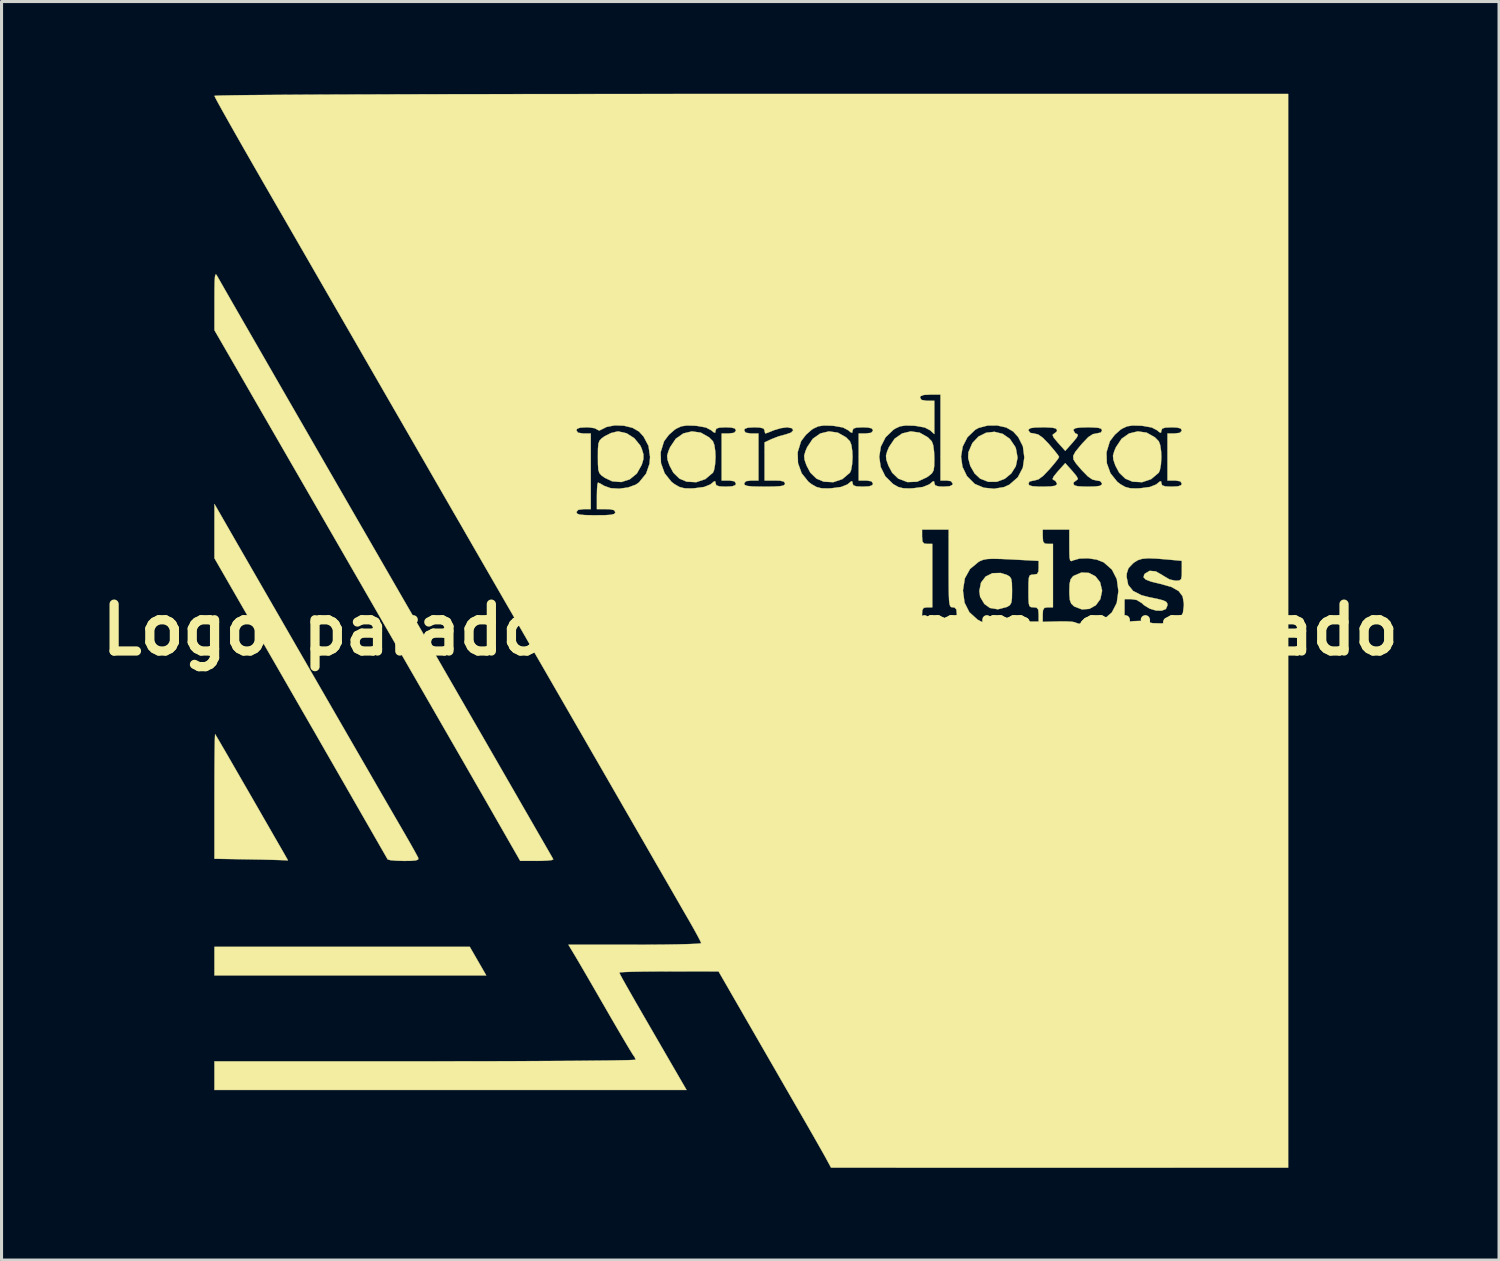
<source format=kicad_pcb>
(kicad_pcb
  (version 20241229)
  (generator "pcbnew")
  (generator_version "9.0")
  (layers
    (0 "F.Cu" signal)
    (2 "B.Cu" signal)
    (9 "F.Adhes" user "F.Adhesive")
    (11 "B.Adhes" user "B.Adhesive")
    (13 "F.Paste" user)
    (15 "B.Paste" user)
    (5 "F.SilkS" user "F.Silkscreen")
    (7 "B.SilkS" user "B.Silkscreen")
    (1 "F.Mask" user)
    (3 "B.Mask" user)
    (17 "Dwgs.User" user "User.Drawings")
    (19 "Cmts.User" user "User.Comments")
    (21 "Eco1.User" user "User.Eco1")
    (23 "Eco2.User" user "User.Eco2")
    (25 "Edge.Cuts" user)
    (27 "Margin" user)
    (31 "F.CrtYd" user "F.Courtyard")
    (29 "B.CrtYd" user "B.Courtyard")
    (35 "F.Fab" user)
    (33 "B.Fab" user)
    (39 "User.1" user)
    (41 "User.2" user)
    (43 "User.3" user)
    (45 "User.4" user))
  (footprint "Logo paradoxa 35x35 mm cuadrado"
    (layer "F.Cu")
    (at 21.343 17.426)
    (property "Reference" "Logo paradoxa 35x35 mm cuadrado" (at 0 0 0) (layer "F.SilkS") (effects (font (size 1.524 1.524) (thickness 0.3))))
    (attr through_hole)
    (fp_poly (pts (xy -8.584 11.237) (xy -17.421 11.237) (xy -17.421 10.306) (xy -9.121 10.306) (xy -8.584 11.237)) (stroke (width 0.01) (type solid)) (fill yes) (layer "F.SilkS"))
    (fp_poly (pts (xy 8.203 -6.372) (xy 8.436 -6.211) (xy 8.613 -5.951) (xy 8.637 -5.892) (xy 8.69 -5.595) (xy 8.633 -5.319) (xy 8.487 -5.085) (xy 8.275 -4.91) (xy 8.018 -4.813) (xy 7.738 -4.811) (xy 7.474 -4.914) (xy 7.292 -5.085) (xy 7.154 -5.327) (xy 7.084 -5.586) (xy 7.091 -5.771) (xy 7.221 -6.072) (xy 7.422 -6.285) (xy 7.67 -6.408) (xy 7.939 -6.437) (xy 8.203 -6.372)) (stroke (width 0.01) (type solid)) (fill yes) (layer "F.SilkS"))
    (fp_poly (pts (xy 8.342 -1.785) (xy 8.433 -1.732) (xy 8.483 -1.657) (xy 8.506 -1.522) (xy 8.511 -1.294) (xy 8.511 -1.263) (xy 8.507 -1.023) (xy 8.487 -0.881) (xy 8.439 -0.8) (xy 8.353 -0.747) (xy 8.342 -0.742) (xy 8.051 -0.666) (xy 7.792 -0.71) (xy 7.61 -0.841) (xy 7.473 -1.073) (xy 7.447 -1.263) (xy 7.502 -1.535) (xy 7.652 -1.732) (xy 7.873 -1.841) (xy 8.14 -1.848) (xy 8.342 -1.785)) (stroke (width 0.01) (type solid)) (fill yes) (layer "F.SilkS"))
    (fp_poly (pts (xy 11.009 -1.85) (xy 11.221 -1.74) (xy 11.373 -1.547) (xy 11.436 -1.285) (xy 11.437 -1.263) (xy 11.381 -0.998) (xy 11.235 -0.798) (xy 11.026 -0.681) (xy 10.785 -0.662) (xy 10.538 -0.756) (xy 10.521 -0.768) (xy 10.434 -0.851) (xy 10.39 -0.969) (xy 10.374 -1.164) (xy 10.373 -1.263) (xy 10.381 -1.497) (xy 10.414 -1.639) (xy 10.483 -1.73) (xy 10.521 -1.758) (xy 10.766 -1.862) (xy 11.009 -1.85)) (stroke (width 0.01) (type solid)) (fill yes) (layer "F.SilkS"))
    (fp_poly (pts (xy -1.608 -6.41) (xy -1.339 -6.257) (xy -1.213 -6.128) (xy -1.168 -6.008) (xy -1.138 -5.802) (xy -1.13 -5.619) (xy -1.144 -5.381) (xy -1.178 -5.191) (xy -1.213 -5.109) (xy -1.461 -4.899) (xy -1.757 -4.799) (xy -2.068 -4.816) (xy -2.303 -4.915) (xy -2.501 -5.107) (xy -2.625 -5.34) (xy -2.69 -5.526) (xy -2.703 -5.66) (xy -2.662 -5.805) (xy -2.605 -5.939) (xy -2.422 -6.212) (xy -2.177 -6.384) (xy -1.896 -6.451) (xy -1.608 -6.41)) (stroke (width 0.01) (type solid)) (fill yes) (layer "F.SilkS"))
    (fp_poly (pts (xy 2.847 -6.41) (xy 3.116 -6.257) (xy 3.241 -6.128) (xy 3.287 -6.008) (xy 3.317 -5.802) (xy 3.325 -5.619) (xy 3.311 -5.381) (xy 3.277 -5.191) (xy 3.241 -5.109) (xy 2.994 -4.899) (xy 2.698 -4.799) (xy 2.387 -4.816) (xy 2.152 -4.915) (xy 1.954 -5.107) (xy 1.83 -5.34) (xy 1.765 -5.526) (xy 1.752 -5.66) (xy 1.793 -5.805) (xy 1.85 -5.939) (xy 2.033 -6.212) (xy 2.278 -6.384) (xy 2.559 -6.451) (xy 2.847 -6.41)) (stroke (width 0.01) (type solid)) (fill yes) (layer "F.SilkS"))
    (fp_poly (pts (xy 12.887 -6.41) (xy 13.156 -6.257) (xy 13.282 -6.128) (xy 13.327 -6.008) (xy 13.357 -5.802) (xy 13.365 -5.619) (xy 13.352 -5.381) (xy 13.317 -5.191) (xy 13.282 -5.109) (xy 13.034 -4.899) (xy 12.739 -4.799) (xy 12.427 -4.816) (xy 12.192 -4.915) (xy 11.994 -5.107) (xy 11.87 -5.34) (xy 11.806 -5.526) (xy 11.792 -5.66) (xy 11.833 -5.805) (xy 11.89 -5.939) (xy 12.073 -6.212) (xy 12.318 -6.384) (xy 12.599 -6.451) (xy 12.887 -6.41)) (stroke (width 0.01) (type solid)) (fill yes) (layer "F.SilkS"))
    (fp_poly (pts (xy 5.507 -6.41) (xy 5.775 -6.257) (xy 5.901 -6.128) (xy 5.947 -6.004) (xy 5.976 -5.788) (xy 5.984 -5.575) (xy 5.981 -5.334) (xy 5.961 -5.186) (xy 5.907 -5.089) (xy 5.803 -5.002) (xy 5.736 -4.956) (xy 5.426 -4.815) (xy 5.11 -4.802) (xy 4.812 -4.915) (xy 4.613 -5.107) (xy 4.49 -5.34) (xy 4.425 -5.526) (xy 4.412 -5.66) (xy 4.452 -5.805) (xy 4.509 -5.939) (xy 4.692 -6.212) (xy 4.938 -6.384) (xy 5.218 -6.451) (xy 5.507 -6.41)) (stroke (width 0.01) (type solid)) (fill yes) (layer "F.SilkS"))
    (fp_poly (pts (xy -4.02 -6.389) (xy -3.77 -6.228) (xy -3.58 -5.997) (xy -3.531 -5.892) (xy -3.474 -5.705) (xy -3.475 -5.548) (xy -3.529 -5.364) (xy -3.687 -5.082) (xy -3.918 -4.892) (xy -4.194 -4.804) (xy -4.489 -4.828) (xy -4.728 -4.94) (xy -4.84 -5.02) (xy -4.907 -5.098) (xy -4.941 -5.209) (xy -4.952 -5.387) (xy -4.954 -5.619) (xy -4.952 -5.882) (xy -4.938 -6.048) (xy -4.9 -6.152) (xy -4.827 -6.228) (xy -4.728 -6.297) (xy -4.526 -6.398) (xy -4.32 -6.448) (xy -4.289 -6.45) (xy -4.02 -6.389)) (stroke (width 0.01) (type solid)) (fill yes) (layer "F.SilkS"))
    (fp_poly (pts (xy -17.369 3.443) (xy -17.296 3.565) (xy -17.176 3.771) (xy -17.006 4.063) (xy -16.784 4.448) (xy -16.506 4.931) (xy -16.168 5.516) (xy -15.769 6.21) (xy -15.574 6.549) (xy -15.398 6.855) (xy -15.245 7.12) (xy -15.129 7.323) (xy -15.06 7.443) (xy -15.048 7.464) (xy -15.037 7.501) (xy -15.04 7.499) (xy -15.11 7.493) (xy -15.291 7.486) (xy -15.562 7.478) (xy -15.901 7.47) (xy -16.241 7.464) (xy -17.421 7.444) (xy -17.421 5.406) (xy -17.42 4.903) (xy -17.418 4.446) (xy -17.415 4.052) (xy -17.411 3.737) (xy -17.406 3.517) (xy -17.4 3.406) (xy -17.397 3.397) (xy -17.369 3.443)) (stroke (width 0.01) (type solid)) (fill yes) (layer "F.SilkS"))
    (fp_poly (pts (xy -17 -3.358) (xy -16.75 -2.923) (xy -16.456 -2.413) (xy -16.126 -1.84) (xy -15.765 -1.214) (xy -15.381 -0.549) (xy -14.981 0.145) (xy -14.572 0.855) (xy -14.159 1.57) (xy -13.751 2.278) (xy -13.353 2.967) (xy -12.973 3.626) (xy -12.617 4.242) (xy -12.292 4.804) (xy -12.006 5.3) (xy -11.764 5.718) (xy -11.573 6.047) (xy -11.441 6.275) (xy -11.424 6.304) (xy -11.229 6.64) (xy -11.057 6.94) (xy -10.919 7.185) (xy -10.828 7.352) (xy -10.794 7.418) (xy -10.798 7.468) (xy -10.872 7.497) (xy -11.039 7.511) (xy -11.259 7.514) (xy -11.503 7.507) (xy -11.69 7.491) (xy -11.785 7.468) (xy -11.79 7.464) (xy -11.853 7.352) (xy -11.974 7.142) (xy -12.141 6.851) (xy -12.346 6.494) (xy -12.578 6.09) (xy -12.828 5.655) (xy -13.086 5.205) (xy -13.343 4.758) (xy -13.589 4.33) (xy -13.814 3.939) (xy -14.008 3.601) (xy -14.162 3.332) (xy -14.267 3.151) (xy -14.282 3.125) (xy -14.396 2.927) (xy -14.567 2.631) (xy -14.785 2.252) (xy -15.041 1.807) (xy -15.325 1.313) (xy -15.629 0.786) (xy -15.942 0.243) (xy -16.033 0.083) (xy -17.421 -2.327) (xy -17.421 -3.208) (xy -17.42 -4.089) (xy -17 -3.358)) (stroke (width 0.01) (type solid)) (fill yes) (layer "F.SilkS"))
    (fp_poly (pts (xy -17.359 -11.545) (xy -17.333 -11.503) (xy -17.286 -11.419) (xy -17.176 -11.227) (xy -17.009 -10.934) (xy -16.787 -10.547) (xy -16.515 -10.074) (xy -16.197 -9.522) (xy -15.837 -8.897) (xy -15.44 -8.207) (xy -15.009 -7.458) (xy -14.548 -6.66) (xy -14.063 -5.817) (xy -13.556 -4.938) (xy -13.032 -4.029) (xy -12.494 -3.098) (xy -11.948 -2.152) (xy -11.398 -1.198) (xy -10.846 -0.243) (xy -10.571 0.233) (xy -10.31 0.684) (xy -10.018 1.191) (xy -9.7 1.742) (xy -9.365 2.323) (xy -9.018 2.925) (xy -8.666 3.534) (xy -8.317 4.14) (xy -7.977 4.73) (xy -7.653 5.292) (xy -7.352 5.816) (xy -7.08 6.288) (xy -6.844 6.698) (xy -6.651 7.032) (xy -6.508 7.281) (xy -6.422 7.431) (xy -6.404 7.464) (xy -6.451 7.486) (xy -6.603 7.503) (xy -6.831 7.512) (xy -6.928 7.513) (xy -7.48 7.512) (xy -8.289 6.1) (xy -8.46 5.801) (xy -8.692 5.396) (xy -8.98 4.896) (xy -9.318 4.308) (xy -9.701 3.644) (xy -10.123 2.911) (xy -10.578 2.121) (xy -11.062 1.282) (xy -11.568 0.403) (xy -12.092 -0.505) (xy -12.627 -1.434) (xy -13.169 -2.373) (xy -13.712 -3.314) (xy -14.25 -4.247) (xy -14.778 -5.162) (xy -14.927 -5.419) (xy -15.224 -5.934) (xy -15.556 -6.509) (xy -15.899 -7.103) (xy -16.23 -7.677) (xy -16.525 -8.189) (xy -16.615 -8.345) (xy -17.421 -9.741) (xy -17.42 -10.705) (xy -17.419 -11.078) (xy -17.414 -11.334) (xy -17.403 -11.486) (xy -17.385 -11.552) (xy -17.359 -11.545)) (stroke (width 0.01) (type solid)) (fill yes) (layer "F.SilkS"))
    (fp_poly (pts (xy 17.487 17.487) (xy 2.626 17.486) (xy 2.455 17.171) (xy 2.375 17.027) (xy 2.239 16.787) (xy 2.06 16.472) (xy 1.847 16.1) (xy 1.612 15.692) (xy 1.42 15.36) (xy 1.125 14.849) (xy 0.796 14.277) (xy 0.455 13.686) (xy 0.127 13.117) (xy -0.165 12.611) (xy -0.237 12.485) (xy -1.031 11.107) (xy -2.643 11.105) (xy -3.09 11.107) (xy -3.49 11.111) (xy -3.824 11.117) (xy -4.074 11.126) (xy -4.222 11.136) (xy -4.255 11.145) (xy -4.245 11.176) (xy -4.209 11.248) (xy -4.142 11.371) (xy -4.04 11.553) (xy -3.898 11.803) (xy -3.711 12.13) (xy -3.472 12.544) (xy -3.178 13.052) (xy -2.823 13.665) (xy -2.737 13.814) (xy -2.072 14.961) (xy -17.421 14.961) (xy -17.421 14.03) (xy -10.572 14.03) (xy -9.63 14.029) (xy -8.726 14.028) (xy -7.87 14.026) (xy -7.069 14.022) (xy -6.333 14.018) (xy -5.67 14.014) (xy -5.09 14.008) (xy -4.6 14.003) (xy -4.21 13.996) (xy -3.929 13.99) (xy -3.765 13.982) (xy -3.724 13.977) (xy -3.764 13.884) (xy -3.784 13.86) (xy -3.833 13.787) (xy -3.938 13.615) (xy -4.09 13.36) (xy -4.279 13.039) (xy -4.496 12.667) (xy -4.688 12.334) (xy -4.93 11.915) (xy -5.16 11.517) (xy -5.367 11.16) (xy -5.54 10.864) (xy -5.667 10.648) (xy -5.722 10.556) (xy -5.912 10.24) (xy -3.754 10.24) (xy -3.233 10.238) (xy -2.758 10.234) (xy -2.343 10.227) (xy -2.005 10.218) (xy -1.759 10.208) (xy -1.621 10.196) (xy -1.596 10.188) (xy -1.627 10.114) (xy -1.713 9.949) (xy -1.841 9.716) (xy -1.998 9.439) (xy -2.017 9.407) (xy -2.13 9.212) (xy -2.301 8.915) (xy -2.523 8.529) (xy -2.789 8.068) (xy -3.091 7.546) (xy -3.42 6.974) (xy -3.77 6.368) (xy -4.132 5.74) (xy -4.355 5.353) (xy -4.749 4.669) (xy -5.158 3.961) (xy -5.569 3.247) (xy -5.973 2.547) (xy -6.359 1.879) (xy -6.714 1.263) (xy -7.028 0.72) (xy -7.289 0.267) (xy -7.347 0.166) (xy -7.573 -0.226) (xy -7.857 -0.717) (xy -8.188 -1.291) (xy -8.558 -1.932) (xy -8.957 -2.623) (xy -9.323 -3.258) (xy 5.585 -3.258) (xy 5.585 -3.025) (xy 5.598 -2.868) (xy 5.654 -2.804) (xy 5.752 -2.793) (xy 5.918 -2.793) (xy 5.918 -0.731) (xy 5.752 -0.731) (xy 5.639 -0.714) (xy 5.593 -0.636) (xy 5.585 -0.499) (xy 5.585 -0.266) (xy 6.716 -0.266) (xy 6.716 -0.499) (xy 6.701 -0.659) (xy 6.643 -0.724) (xy 6.583 -0.731) (xy 6.537 -0.737) (xy 6.502 -0.765) (xy 6.479 -0.833) (xy 6.463 -0.959) (xy 6.455 -1.16) (xy 6.453 -1.27) (xy 6.915 -1.27) (xy 6.966 -0.883) (xy 7.121 -0.574) (xy 7.384 -0.335) (xy 7.397 -0.327) (xy 7.526 -0.258) (xy 7.663 -0.221) (xy 7.847 -0.212) (xy 8.121 -0.226) (xy 8.145 -0.228) (xy 8.456 -0.246) (xy 8.769 -0.26) (xy 9.018 -0.266) (xy 9.026 -0.266) (xy 9.375 -0.266) (xy 9.375 -0.499) (xy 9.363 -0.656) (xy 9.307 -0.721) (xy 9.209 -0.731) (xy 9.127 -0.737) (xy 9.077 -0.772) (xy 9.053 -0.864) (xy 9.044 -1.039) (xy 9.043 -1.263) (xy 9.045 -1.527) (xy 9.056 -1.685) (xy 9.084 -1.764) (xy 9.139 -1.792) (xy 9.209 -1.795) (xy 9.323 -1.814) (xy 9.369 -1.895) (xy 9.375 -2.018) (xy 9.375 -2.241) (xy 8.505 -2.287) (xy 8.141 -2.304) (xy 7.882 -2.309) (xy 7.703 -2.301) (xy 7.575 -2.277) (xy 7.472 -2.236) (xy 7.425 -2.21) (xy 7.145 -1.978) (xy 6.976 -1.673) (xy 6.916 -1.293) (xy 6.915 -1.27) (xy 6.453 -1.27) (xy 6.451 -1.455) (xy 6.45 -1.859) (xy 6.45 -1.995) (xy 6.45 -3.258) (xy 9.508 -3.258) (xy 9.508 -3.025) (xy 9.521 -2.868) (xy 9.577 -2.804) (xy 9.675 -2.793) (xy 9.841 -2.793) (xy 9.841 -0.731) (xy 9.675 -0.731) (xy 9.563 -0.714) (xy 9.517 -0.637) (xy 9.508 -0.495) (xy 9.508 -0.259) (xy 10.008 -0.272) (xy 10.254 -0.273) (xy 10.446 -0.264) (xy 10.546 -0.246) (xy 10.551 -0.242) (xy 10.667 -0.201) (xy 10.864 -0.194) (xy 11.097 -0.217) (xy 11.321 -0.265) (xy 11.487 -0.332) (xy 11.755 -0.564) (xy 11.914 -0.871) (xy 11.932 -0.997) (xy 12.168 -0.997) (xy 12.168 -0.249) (xy 12.451 -0.281) (xy 12.661 -0.289) (xy 12.834 -0.27) (xy 12.866 -0.261) (xy 13.085 -0.215) (xy 13.36 -0.208) (xy 13.63 -0.237) (xy 13.826 -0.297) (xy 13.982 -0.405) (xy 14.066 -0.55) (xy 14.095 -0.773) (xy 14.096 -0.858) (xy 14.057 -1.087) (xy 13.928 -1.26) (xy 13.696 -1.391) (xy 13.347 -1.491) (xy 13.333 -1.493) (xy 13.036 -1.565) (xy 12.858 -1.633) (xy 12.786 -1.707) (xy 12.808 -1.795) (xy 12.831 -1.826) (xy 12.984 -1.917) (xy 13.183 -1.9) (xy 13.402 -1.776) (xy 13.419 -1.762) (xy 13.634 -1.636) (xy 13.823 -1.596) (xy 13.947 -1.603) (xy 14.008 -1.647) (xy 14.028 -1.764) (xy 14.03 -1.919) (xy 14.03 -2.242) (xy 13.581 -2.284) (xy 13.208 -2.315) (xy 12.94 -2.325) (xy 12.748 -2.309) (xy 12.606 -2.266) (xy 12.485 -2.192) (xy 12.439 -2.155) (xy 12.295 -2.002) (xy 12.24 -1.831) (xy 12.235 -1.72) (xy 12.287 -1.46) (xy 12.446 -1.264) (xy 12.72 -1.124) (xy 12.955 -1.063) (xy 13.241 -1.004) (xy 13.42 -0.958) (xy 13.517 -0.914) (xy 13.557 -0.861) (xy 13.564 -0.795) (xy 13.512 -0.676) (xy 13.377 -0.621) (xy 13.191 -0.626) (xy 12.987 -0.688) (xy 12.797 -0.804) (xy 12.728 -0.87) (xy 12.56 -0.971) (xy 12.39 -0.997) (xy 12.168 -0.997) (xy 11.932 -0.997) (xy 11.968 -1.256) (xy 11.968 -1.263) (xy 11.916 -1.65) (xy 11.758 -1.958) (xy 11.493 -2.191) (xy 11.487 -2.195) (xy 11.261 -2.283) (xy 10.982 -2.325) (xy 10.707 -2.317) (xy 10.501 -2.258) (xy 10.438 -2.232) (xy 10.4 -2.254) (xy 10.38 -2.347) (xy 10.374 -2.533) (xy 10.373 -2.724) (xy 10.373 -3.258) (xy 9.508 -3.258) (xy 6.45 -3.258) (xy 5.585 -3.258) (xy -9.323 -3.258) (xy -9.375 -3.349) (xy -9.805 -4.093) (xy -10.235 -4.839) (xy -10.657 -5.572) (xy -10.704 -5.652) (xy -11.183 -6.483) (xy -5.652 -6.483) (xy -5.601 -6.409) (xy -5.44 -6.383) (xy -5.419 -6.383) (xy -5.186 -6.383) (xy -5.186 -3.923) (xy -5.419 -3.923) (xy -5.591 -3.901) (xy -5.651 -3.832) (xy -5.652 -3.823) (xy -5.629 -3.776) (xy -5.547 -3.746) (xy -5.381 -3.73) (xy -5.112 -3.724) (xy -5.02 -3.724) (xy -4.719 -3.727) (xy -4.528 -3.74) (xy -4.426 -3.766) (xy -4.39 -3.809) (xy -4.388 -3.823) (xy -4.428 -3.889) (xy -4.561 -3.919) (xy -4.688 -3.923) (xy -4.987 -3.923) (xy -4.987 -4.355) (xy -4.982 -4.575) (xy -4.969 -4.731) (xy -4.951 -4.787) (xy -4.876 -4.755) (xy -4.751 -4.68) (xy -4.537 -4.604) (xy -4.26 -4.588) (xy -3.971 -4.628) (xy -3.722 -4.719) (xy -3.618 -4.792) (xy -3.387 -5.076) (xy -3.275 -5.401) (xy -3.258 -5.619) (xy -3.279 -5.771) (xy -2.915 -5.771) (xy -2.903 -5.417) (xy -2.784 -5.088) (xy -2.564 -4.813) (xy -2.46 -4.733) (xy -2.302 -4.643) (xy -2.14 -4.601) (xy -1.922 -4.596) (xy -1.816 -4.602) (xy -1.5 -4.644) (xy -1.299 -4.725) (xy -1.267 -4.751) (xy -1.169 -4.83) (xy -1.134 -4.817) (xy -1.13 -4.764) (xy -1.103 -4.697) (xy -1.001 -4.663) (xy -0.798 -4.654) (xy -0.589 -4.665) (xy -0.487 -4.702) (xy -0.465 -4.754) (xy -0.516 -4.828) (xy -0.677 -4.854) (xy -0.698 -4.854) (xy -0.931 -4.854) (xy -0.931 -6.383) (xy -0.698 -6.383) (xy -0.526 -6.405) (xy -0.466 -6.474) (xy -0.465 -6.483) (xy -0.199 -6.483) (xy -0.149 -6.409) (xy 0.012 -6.383) (xy 0.033 -6.383) (xy 0.266 -6.383) (xy 0.266 -4.854) (xy 0.033 -4.854) (xy -0.139 -4.832) (xy -0.199 -4.763) (xy -0.199 -4.754) (xy -0.178 -4.708) (xy -0.097 -4.678) (xy 0.064 -4.661) (xy 0.327 -4.655) (xy 0.465 -4.654) (xy 0.776 -4.658) (xy 0.975 -4.67) (xy 1.085 -4.694) (xy 1.127 -4.733) (xy 1.13 -4.754) (xy 1.095 -4.817) (xy 0.972 -4.848) (xy 0.798 -4.854) (xy 0.465 -4.854) (xy 0.465 -5.771) (xy 1.54 -5.771) (xy 1.552 -5.417) (xy 1.671 -5.088) (xy 1.891 -4.813) (xy 1.995 -4.733) (xy 2.153 -4.643) (xy 2.315 -4.601) (xy 2.533 -4.596) (xy 2.639 -4.602) (xy 2.955 -4.644) (xy 3.156 -4.725) (xy 3.188 -4.751) (xy 3.286 -4.83) (xy 3.321 -4.817) (xy 3.325 -4.764) (xy 3.352 -4.697) (xy 3.454 -4.663) (xy 3.657 -4.654) (xy 3.866 -4.665) (xy 3.968 -4.702) (xy 3.99 -4.754) (xy 3.939 -4.828) (xy 3.778 -4.854) (xy 3.757 -4.854) (xy 3.524 -4.854) (xy 3.524 -5.626) (xy 4.192 -5.626) (xy 4.24 -5.294) (xy 4.39 -4.99) (xy 4.641 -4.742) (xy 4.654 -4.733) (xy 4.813 -4.643) (xy 4.974 -4.601) (xy 5.193 -4.596) (xy 5.299 -4.602) (xy 5.614 -4.644) (xy 5.815 -4.725) (xy 5.848 -4.751) (xy 5.945 -4.83) (xy 5.981 -4.817) (xy 5.984 -4.764) (xy 6.015 -4.694) (xy 6.125 -4.661) (xy 6.284 -4.654) (xy 6.481 -4.668) (xy 6.571 -4.712) (xy 6.583 -4.754) (xy 6.523 -4.833) (xy 6.383 -4.854) (xy 6.184 -4.854) (xy 6.184 -5.631) (xy 6.852 -5.631) (xy 6.898 -5.3) (xy 7.043 -4.998) (xy 7.288 -4.752) (xy 7.307 -4.739) (xy 7.593 -4.619) (xy 7.925 -4.586) (xy 8.251 -4.64) (xy 8.428 -4.721) (xy 8.698 -4.958) (xy 8.861 -5.27) (xy 8.91 -5.605) (xy 8.863 -5.967) (xy 8.711 -6.267) (xy 8.548 -6.447) (xy 8.486 -6.483) (xy 9.043 -6.483) (xy 9.102 -6.403) (xy 9.226 -6.382) (xy 9.358 -6.351) (xy 9.508 -6.246) (xy 9.7 -6.05) (xy 9.724 -6.021) (xy 9.879 -5.839) (xy 9.992 -5.697) (xy 10.04 -5.621) (xy 10.04 -5.619) (xy 10 -5.551) (xy 9.892 -5.413) (xy 9.74 -5.234) (xy 9.724 -5.216) (xy 9.526 -5.008) (xy 9.374 -4.894) (xy 9.24 -4.855) (xy 9.226 -4.855) (xy 9.08 -4.822) (xy 9.043 -4.754) (xy 9.07 -4.7) (xy 9.169 -4.669) (xy 9.363 -4.656) (xy 9.508 -4.654) (xy 9.764 -4.661) (xy 9.911 -4.683) (xy 9.97 -4.727) (xy 9.974 -4.749) (xy 9.919 -4.844) (xy 9.869 -4.866) (xy 9.827 -4.901) (xy 9.866 -4.988) (xy 9.994 -5.144) (xy 10.002 -5.153) (xy 10.24 -5.419) (xy 10.478 -5.153) (xy 10.61 -4.993) (xy 10.653 -4.904) (xy 10.614 -4.866) (xy 10.611 -4.866) (xy 10.519 -4.797) (xy 10.506 -4.749) (xy 10.538 -4.697) (xy 10.648 -4.667) (xy 10.86 -4.655) (xy 10.971 -4.654) (xy 11.224 -4.66) (xy 11.369 -4.681) (xy 11.43 -4.723) (xy 11.437 -4.754) (xy 11.378 -4.834) (xy 11.254 -4.855) (xy 11.122 -4.886) (xy 10.974 -4.989) (xy 10.783 -5.184) (xy 10.751 -5.22) (xy 10.592 -5.406) (xy 10.507 -5.538) (xy 10.499 -5.654) (xy 10.561 -5.771) (xy 11.581 -5.771) (xy 11.592 -5.417) (xy 11.711 -5.088) (xy 11.931 -4.813) (xy 12.035 -4.733) (xy 12.194 -4.643) (xy 12.355 -4.601) (xy 12.573 -4.596) (xy 12.68 -4.602) (xy 12.995 -4.644) (xy 13.196 -4.725) (xy 13.228 -4.751) (xy 13.326 -4.83) (xy 13.361 -4.817) (xy 13.365 -4.764) (xy 13.392 -4.697) (xy 13.494 -4.663) (xy 13.697 -4.654) (xy 13.906 -4.665) (xy 14.009 -4.702) (xy 14.03 -4.754) (xy 13.979 -4.828) (xy 13.818 -4.854) (xy 13.797 -4.854) (xy 13.564 -4.854) (xy 13.564 -6.383) (xy 13.797 -6.383) (xy 13.969 -6.405) (xy 14.029 -6.474) (xy 14.03 -6.483) (xy 13.994 -6.546) (xy 13.871 -6.576) (xy 13.697 -6.583) (xy 13.493 -6.574) (xy 13.392 -6.54) (xy 13.365 -6.473) (xy 13.353 -6.405) (xy 13.298 -6.426) (xy 13.228 -6.486) (xy 13.052 -6.578) (xy 12.765 -6.629) (xy 12.68 -6.636) (xy 12.426 -6.642) (xy 12.25 -6.615) (xy 12.097 -6.544) (xy 12.035 -6.504) (xy 11.852 -6.342) (xy 11.703 -6.147) (xy 11.686 -6.116) (xy 11.581 -5.771) (xy 10.561 -5.771) (xy 10.57 -5.788) (xy 10.723 -5.976) (xy 10.801 -6.067) (xy 10.988 -6.263) (xy 11.138 -6.361) (xy 11.254 -6.383) (xy 11.4 -6.415) (xy 11.437 -6.483) (xy 11.409 -6.537) (xy 11.311 -6.568) (xy 11.117 -6.581) (xy 10.971 -6.583) (xy 10.715 -6.576) (xy 10.569 -6.554) (xy 10.51 -6.511) (xy 10.506 -6.488) (xy 10.56 -6.393) (xy 10.611 -6.371) (xy 10.653 -6.336) (xy 10.614 -6.249) (xy 10.486 -6.093) (xy 10.478 -6.084) (xy 10.24 -5.818) (xy 10.002 -6.084) (xy 9.869 -6.244) (xy 9.827 -6.333) (xy 9.865 -6.371) (xy 9.869 -6.371) (xy 9.961 -6.44) (xy 9.974 -6.488) (xy 9.942 -6.54) (xy 9.832 -6.57) (xy 9.62 -6.582) (xy 9.508 -6.583) (xy 9.255 -6.577) (xy 9.111 -6.556) (xy 9.05 -6.514) (xy 9.043 -6.483) (xy 8.486 -6.483) (xy 8.322 -6.578) (xy 8.028 -6.643) (xy 7.713 -6.64) (xy 7.426 -6.565) (xy 7.314 -6.504) (xy 7.061 -6.261) (xy 6.907 -5.961) (xy 6.852 -5.631) (xy 6.184 -5.631) (xy 6.184 -7.647) (xy 5.851 -7.647) (xy 5.642 -7.636) (xy 5.54 -7.599) (xy 5.519 -7.547) (xy 5.569 -7.473) (xy 5.73 -7.447) (xy 5.752 -7.447) (xy 5.984 -7.447) (xy 5.984 -6.363) (xy 5.848 -6.486) (xy 5.671 -6.578) (xy 5.384 -6.629) (xy 5.299 -6.636) (xy 5.046 -6.642) (xy 4.869 -6.615) (xy 4.716 -6.544) (xy 4.654 -6.504) (xy 4.399 -6.26) (xy 4.245 -5.957) (xy 4.192 -5.626) (xy 3.524 -5.626) (xy 3.524 -6.383) (xy 3.757 -6.383) (xy 3.929 -6.405) (xy 3.989 -6.474) (xy 3.99 -6.483) (xy 3.954 -6.546) (xy 3.831 -6.576) (xy 3.657 -6.583) (xy 3.453 -6.574) (xy 3.352 -6.54) (xy 3.325 -6.473) (xy 3.313 -6.405) (xy 3.258 -6.426) (xy 3.188 -6.486) (xy 3.012 -6.578) (xy 2.725 -6.629) (xy 2.639 -6.636) (xy 2.386 -6.642) (xy 2.21 -6.615) (xy 2.057 -6.544) (xy 1.995 -6.504) (xy 1.811 -6.342) (xy 1.663 -6.147) (xy 1.646 -6.116) (xy 1.54 -5.771) (xy 0.465 -5.771) (xy 0.465 -6.093) (xy 0.691 -6.2) (xy 0.92 -6.289) (xy 1.155 -6.353) (xy 1.157 -6.353) (xy 1.328 -6.412) (xy 1.396 -6.487) (xy 1.356 -6.553) (xy 1.204 -6.583) (xy 1.195 -6.583) (xy 0.994 -6.556) (xy 0.774 -6.491) (xy 0.754 -6.483) (xy 0.596 -6.419) (xy 0.5 -6.385) (xy 0.491 -6.383) (xy 0.468 -6.438) (xy 0.465 -6.483) (xy 0.43 -6.546) (xy 0.307 -6.576) (xy 0.133 -6.583) (xy -0.076 -6.572) (xy -0.178 -6.535) (xy -0.199 -6.483) (xy -0.465 -6.483) (xy -0.501 -6.546) (xy -0.624 -6.576) (xy -0.798 -6.583) (xy -1.002 -6.574) (xy -1.103 -6.54) (xy -1.13 -6.473) (xy -1.142 -6.405) (xy -1.197 -6.426) (xy -1.267 -6.486) (xy -1.443 -6.578) (xy -1.73 -6.629) (xy -1.816 -6.636) (xy -2.069 -6.642) (xy -2.245 -6.615) (xy -2.398 -6.544) (xy -2.46 -6.504) (xy -2.644 -6.342) (xy -2.792 -6.147) (xy -2.809 -6.116) (xy -2.915 -5.771) (xy -3.279 -5.771) (xy -3.309 -5.98) (xy -3.47 -6.284) (xy -3.618 -6.446) (xy -3.828 -6.567) (xy -4.109 -6.636) (xy -4.407 -6.647) (xy -4.669 -6.596) (xy -4.767 -6.547) (xy -4.909 -6.477) (xy -4.972 -6.506) (xy -4.972 -6.506) (xy -5.05 -6.552) (xy -5.222 -6.579) (xy -5.325 -6.583) (xy -5.532 -6.572) (xy -5.632 -6.534) (xy -5.652 -6.483) (xy -11.183 -6.483) (xy -11.25 -6.599) (xy -11.736 -7.441) (xy -12.168 -8.19) (xy -12.552 -8.856) (xy -12.894 -9.451) (xy -13.202 -9.984) (xy -13.48 -10.466) (xy -13.736 -10.91) (xy -13.975 -11.324) (xy -14.204 -11.721) (xy -14.428 -12.11) (xy -14.655 -12.503) (xy -14.89 -12.911) (xy -15.14 -13.344) (xy -15.411 -13.813) (xy -15.709 -14.329) (xy -15.836 -14.549) (xy -16.154 -15.102) (xy -16.451 -15.62) (xy -16.72 -16.092) (xy -16.954 -16.506) (xy -17.148 -16.851) (xy -17.295 -17.116) (xy -17.388 -17.289) (xy -17.421 -17.359) (xy -17.421 -17.359) (xy -17.355 -17.365) (xy -17.159 -17.371) (xy -16.836 -17.377) (xy -16.388 -17.383) (xy -15.82 -17.388) (xy -15.132 -17.393) (xy -14.33 -17.398) (xy -13.415 -17.402) (xy -12.39 -17.405) (xy -11.259 -17.409) (xy -10.024 -17.412) (xy -8.688 -17.414) (xy -7.254 -17.417) (xy -5.726 -17.418) (xy -4.105 -17.42) (xy -2.395 -17.421) (xy -0.599 -17.421) (xy 0.033 -17.421) (xy 17.487 -17.421) (xy 17.487 17.487)) (stroke (width 0.01) (type solid)) (fill yes) (layer "F.SilkS")))
  (gr_rect
    (start -3 -3)
    (end 45.687 37.918)
    (stroke (width 0.1) (type default))
    (fill no)
    (layer "Edge.Cuts")))
</source>
